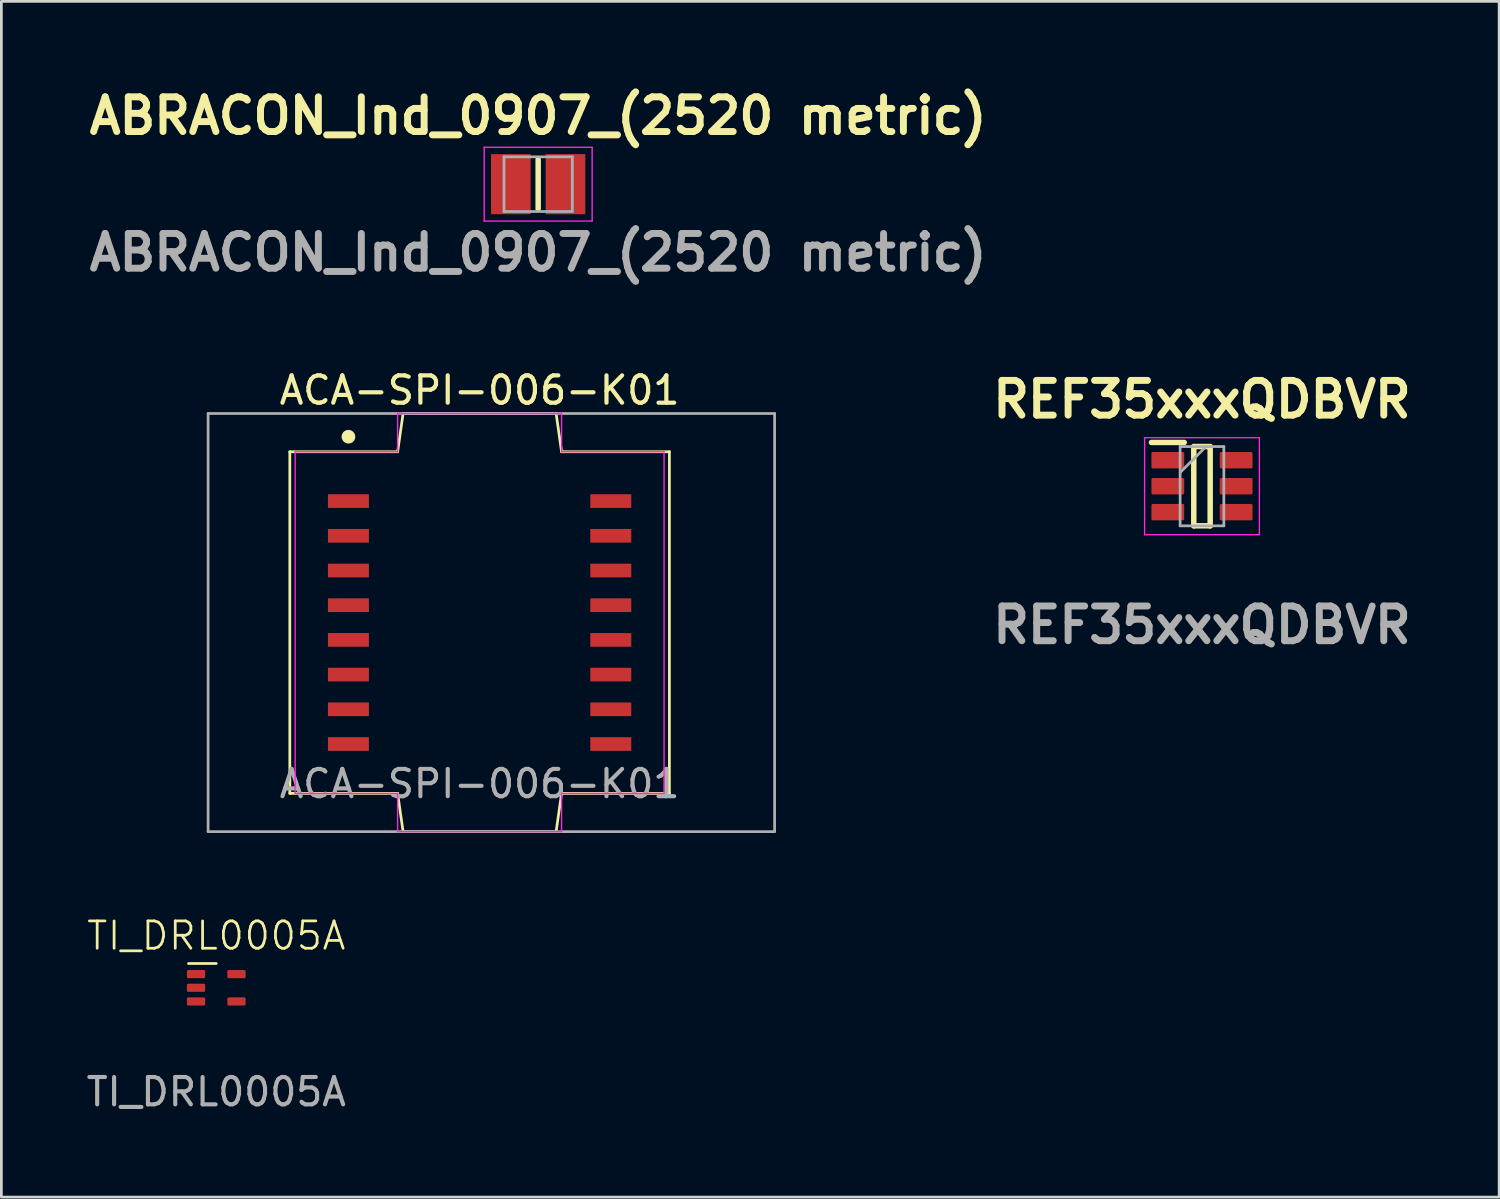
<source format=kicad_pcb>
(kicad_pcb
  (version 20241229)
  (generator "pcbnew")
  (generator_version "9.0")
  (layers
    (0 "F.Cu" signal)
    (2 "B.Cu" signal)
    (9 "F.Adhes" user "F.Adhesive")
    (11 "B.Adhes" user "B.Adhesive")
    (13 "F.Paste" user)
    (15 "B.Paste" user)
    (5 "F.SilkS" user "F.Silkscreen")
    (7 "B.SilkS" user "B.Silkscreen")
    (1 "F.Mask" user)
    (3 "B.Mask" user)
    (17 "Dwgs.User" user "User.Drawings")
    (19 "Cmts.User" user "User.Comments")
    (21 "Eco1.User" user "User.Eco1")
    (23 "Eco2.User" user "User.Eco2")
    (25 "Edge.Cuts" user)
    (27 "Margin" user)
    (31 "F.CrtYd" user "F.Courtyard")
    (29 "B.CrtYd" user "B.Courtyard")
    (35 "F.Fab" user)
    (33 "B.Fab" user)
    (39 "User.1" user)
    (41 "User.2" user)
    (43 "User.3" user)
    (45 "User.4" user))
  (footprint "ABRACON_Ind_0907_(2520 metric)"
    (layer "F.Cu")
    (at 16.643 3.689)
    (property "Reference" "ABRACON_Ind_0907_(2520 metric)" (at 0 -2.5 0) (layer "F.SilkS") (effects (font (size 1.27 1.27) (thickness 0.254))))
    (attr smd)
    (fp_line (start 0 -0.9) (end 0 0.9) (stroke (width 0.2) (type solid)) (layer "F.SilkS"))
    (fp_line (start -1.975 -1.35) (end 1.975 -1.35) (stroke (width 0.05) (type solid)) (layer "F.CrtYd"))
    (fp_line (start -1.975 1.35) (end -1.975 -1.35) (stroke (width 0.05) (type solid)) (layer "F.CrtYd"))
    (fp_line (start 1.975 -1.35) (end 1.975 1.35) (stroke (width 0.05) (type solid)) (layer "F.CrtYd"))
    (fp_line (start 1.975 1.35) (end -1.975 1.35) (stroke (width 0.05) (type solid)) (layer "F.CrtYd"))
    (fp_line (start -1.25 -1) (end 1.25 -1) (stroke (width 0.1) (type solid)) (layer "F.Fab"))
    (fp_line (start -1.25 1) (end -1.25 -1) (stroke (width 0.1) (type solid)) (layer "F.Fab"))
    (fp_line (start 1.25 -1) (end 1.25 1) (stroke (width 0.1) (type solid)) (layer "F.Fab"))
    (fp_line (start 1.25 1) (end -1.25 1) (stroke (width 0.1) (type solid)) (layer "F.Fab"))
    (fp_text user "${REFERENCE}" (at 0 2.5 0) (layer "F.Fab") (effects (font (size 1.27 1.27) (thickness 0.254))))
    (pad "1" smd rect (at -1 0) (size 1.45 2.2) (layers "F.Cu" "F.Mask" "F.Paste"))
    (pad "2" smd rect (at 1 0) (size 1.45 2.2) (layers "F.Cu" "F.Mask" "F.Paste")))
  (footprint "REF35xxxQDBVR"
    (layer "F.Cu")
    (at 40.934 14.741)
    (property "Reference" "REF35xxxQDBVR" (at 0 -3.175 0) (layer "F.SilkS") (effects (font (size 1.27 1.27) (thickness 0.254))))
    (attr smd)
    (fp_line (start -1.85 -1.6) (end -0.65 -1.6) (stroke (width 0.2) (type solid)) (layer "F.SilkS"))
    (fp_line (start -0.3 -1.45) (end 0.3 -1.45) (stroke (width 0.2) (type solid)) (layer "F.SilkS"))
    (fp_line (start -0.3 1.45) (end -0.3 -1.45) (stroke (width 0.2) (type solid)) (layer "F.SilkS"))
    (fp_line (start 0.3 -1.45) (end 0.3 1.45) (stroke (width 0.2) (type solid)) (layer "F.SilkS"))
    (fp_line (start 0.3 1.45) (end -0.3 1.45) (stroke (width 0.2) (type solid)) (layer "F.SilkS"))
    (fp_line (start -2.1 -1.775) (end 2.1 -1.775) (stroke (width 0.05) (type solid)) (layer "F.CrtYd"))
    (fp_line (start -2.1 1.775) (end -2.1 -1.775) (stroke (width 0.05) (type solid)) (layer "F.CrtYd"))
    (fp_line (start 2.1 -1.775) (end 2.1 1.775) (stroke (width 0.05) (type solid)) (layer "F.CrtYd"))
    (fp_line (start 2.1 1.775) (end -2.1 1.775) (stroke (width 0.05) (type solid)) (layer "F.CrtYd"))
    (fp_line (start -0.8 -1.45) (end 0.8 -1.45) (stroke (width 0.1) (type solid)) (layer "F.Fab"))
    (fp_line (start -0.8 -0.5) (end 0.15 -1.45) (stroke (width 0.1) (type solid)) (layer "F.Fab"))
    (fp_line (start -0.8 1.45) (end -0.8 -1.45) (stroke (width 0.1) (type solid)) (layer "F.Fab"))
    (fp_line (start 0.8 -1.45) (end 0.8 1.45) (stroke (width 0.1) (type solid)) (layer "F.Fab"))
    (fp_line (start 0.8 1.45) (end -0.8 1.45) (stroke (width 0.1) (type solid)) (layer "F.Fab"))
    (fp_text user "${REFERENCE}" (at 0 5.08 0) (layer "F.Fab") (effects (font (size 1.27 1.27) (thickness 0.254))))
    (pad "1" smd roundrect (at -1.25 -0.95 90) (size 0.6 1.2) (layers "F.Cu" "F.Mask" "F.Paste") (roundrect_rratio 0.083))
    (pad "2" smd roundrect (at -1.25 0 90) (size 0.6 1.2) (layers "F.Cu" "F.Mask" "F.Paste") (roundrect_rratio 0.083))
    (pad "3" smd roundrect (at -1.25 0.95 90) (size 0.6 1.2) (layers "F.Cu" "F.Mask" "F.Paste") (roundrect_rratio 0.083))
    (pad "4" smd roundrect (at 1.25 0.95 90) (size 0.6 1.2) (layers "F.Cu" "F.Mask" "F.Paste") (roundrect_rratio 0.083))
    (pad "5" smd roundrect (at 1.25 0 90) (size 0.6 1.2) (layers "F.Cu" "F.Mask" "F.Paste") (roundrect_rratio 0.083))
    (pad "6" smd roundrect (at 1.25 -0.95 90) (size 0.6 1.2) (layers "F.Cu" "F.Mask" "F.Paste") (roundrect_rratio 0.083)))
  (footprint "TI_DRL0005A"
    (layer "F.Cu")
    (at 4.863 33.096)
    (property "Reference" "TI_DRL0005A" (at 0 -1.905 0) (unlocked yes) (layer "F.SilkS") (effects (font (size 1 1) (thickness 0.1))))
    (attr smd)
    (fp_line (start -1.016 -0.889) (end 0 -0.889) (stroke (width 0.1) (type default)) (layer "F.SilkS"))
    (fp_text user "${REFERENCE}" (at 0 3.81 0) (unlocked yes) (layer "F.Fab") (effects (font (size 1 1) (thickness 0.15))))
    (pad "1" smd roundrect (at -0.74 -0.5) (size 0.67 0.3) (layers "F.Cu" "F.Mask" "F.Paste") (roundrect_rratio 0.167))
    (pad "2" smd roundrect (at -0.74 0) (size 0.67 0.3) (layers "F.Cu" "F.Mask" "F.Paste") (roundrect_rratio 0.167))
    (pad "3" smd roundrect (at -0.74 0.5) (size 0.67 0.3) (layers "F.Cu" "F.Mask" "F.Paste") (roundrect_rratio 0.167))
    (pad "4" smd roundrect (at 0.74 0.5) (size 0.67 0.3) (layers "F.Cu" "F.Mask" "F.Paste") (roundrect_rratio 0.167))
    (pad "5" smd roundrect (at 0.74 -0.5) (size 0.67 0.3) (layers "F.Cu" "F.Mask" "F.Paste") (roundrect_rratio 0.167)))
  (footprint "ACA-SPI-006-K01"
    (layer "F.Cu")
    (at 14.5 19.731)
    (property "Reference" "ACA-SPI-006-K01" (at 0 -8.5 0) (unlocked yes) (layer "F.SilkS") (effects (font (size 1 1) (thickness 0.153))))
    (attr smd)
    (fp_line (start -6.945 -6.25) (end -3 -6.25) (stroke (width 0.1) (type default)) (layer "F.SilkS"))
    (fp_line (start -6.945 6.25) (end -6.945 -6.25) (stroke (width 0.1) (type default)) (layer "F.SilkS"))
    (fp_line (start -6.945 6.25) (end -3 6.25) (stroke (width 0.1) (type default)) (layer "F.SilkS"))
    (fp_line (start -3 -6.25) (end -2.8 -7.65) (stroke (width 0.1) (type default)) (layer "F.SilkS"))
    (fp_line (start -3 6.25) (end -2.8 7.65) (stroke (width 0.1) (type default)) (layer "F.SilkS"))
    (fp_line (start -2.8 -7.65) (end 2.8 -7.65) (stroke (width 0.1) (type default)) (layer "F.SilkS"))
    (fp_line (start -2.8 7.65) (end 2.8 7.65) (stroke (width 0.1) (type default)) (layer "F.SilkS"))
    (fp_line (start 3 -6.25) (end 2.8 -7.65) (stroke (width 0.1) (type default)) (layer "F.SilkS"))
    (fp_line (start 3 6.25) (end 2.8 7.65) (stroke (width 0.1) (type default)) (layer "F.SilkS"))
    (fp_line (start 6.945 -6.25) (end 3 -6.25) (stroke (width 0.1) (type default)) (layer "F.SilkS"))
    (fp_line (start 6.945 -6.25) (end 6.945 6.25) (stroke (width 0.1) (type default)) (layer "F.SilkS"))
    (fp_line (start 6.945 6.25) (end 3 6.25) (stroke (width 0.1) (type default)) (layer "F.SilkS"))
    (fp_circle (center -4.8 -6.8) (end -4.6 -6.8) (stroke (width 0.1) (type solid)) (fill yes) (layer "F.SilkS"))
    (fp_line (start -6.75 -6.25) (end -6.75 6.25) (stroke (width 0.05) (type default)) (layer "F.CrtYd"))
    (fp_line (start -6.75 -6.25) (end -3 -6.25) (stroke (width 0.05) (type default)) (layer "F.CrtYd"))
    (fp_line (start -6.75 6.25) (end -3 6.25) (stroke (width 0.05) (type default)) (layer "F.CrtYd"))
    (fp_line (start -3 -7.65) (end 3 -7.65) (stroke (width 0.05) (type default)) (layer "F.CrtYd"))
    (fp_line (start -3 -6.25) (end -3 -7.65) (stroke (width 0.05) (type default)) (layer "F.CrtYd"))
    (fp_line (start -3 7.65) (end -3 6.25) (stroke (width 0.05) (type default)) (layer "F.CrtYd"))
    (fp_line (start -3 7.65) (end 3 7.65) (stroke (width 0.05) (type default)) (layer "F.CrtYd"))
    (fp_line (start 3 -6.25) (end 3 -7.65) (stroke (width 0.05) (type default)) (layer "F.CrtYd"))
    (fp_line (start 3 7.65) (end 3 6.25) (stroke (width 0.05) (type default)) (layer "F.CrtYd"))
    (fp_line (start 6.75 -6.25) (end 3 -6.25) (stroke (width 0.05) (type default)) (layer "F.CrtYd"))
    (fp_line (start 6.75 -6.25) (end 6.75 6.25) (stroke (width 0.05) (type default)) (layer "F.CrtYd"))
    (fp_line (start 6.75 6.25) (end 3 6.25) (stroke (width 0.05) (type default)) (layer "F.CrtYd"))
    (fp_line (start -9.935 -7.65) (end -9.935 7.65) (stroke (width 0.1) (type default)) (layer "F.Fab"))
    (fp_line (start 10.795 -7.65) (end -9.935 -7.65) (stroke (width 0.1) (type default)) (layer "F.Fab"))
    (fp_line (start 10.795 -7.65) (end 10.795 7.65) (stroke (width 0.1) (type default)) (layer "F.Fab"))
    (fp_line (start 10.795 7.65) (end -9.935 7.65) (stroke (width 0.1) (type default)) (layer "F.Fab"))
    (fp_text user "Observe opened size in F.Fab" (at -11 -1 0) (unlocked yes) (layer "Eco1.User") (effects (font (size 1 1) (thickness 0.15)) (justify left bottom)))
    (fp_text user "Minimum clearance in zone is 1.89mm" (at -14.5 2 0) (unlocked yes) (layer "Eco1.User") (effects (font (size 1 1) (thickness 0.15)) (justify left bottom)))
    (fp_text user "${REFERENCE}" (at 0 5.9 0) (unlocked yes) (layer "F.Fab") (effects (font (size 1 1) (thickness 0.15))))
    (pad "1" smd rect (at -4.8 -4.445) (size 1.5 0.5) (layers "F.Cu" "F.Mask" "F.Paste"))
    (pad "2" smd rect (at -4.8 -3.175) (size 1.5 0.5) (layers "F.Cu" "F.Mask" "F.Paste"))
    (pad "3" smd rect (at -4.8 -1.905) (size 1.5 0.5) (layers "F.Cu" "F.Mask" "F.Paste"))
    (pad "4" smd rect (at -4.8 -0.635) (size 1.5 0.5) (layers "F.Cu" "F.Mask" "F.Paste"))
    (pad "5" smd rect (at -4.8 0.635) (size 1.5 0.5) (layers "F.Cu" "F.Mask" "F.Paste"))
    (pad "6" smd rect (at -4.8 1.905) (size 1.5 0.5) (layers "F.Cu" "F.Mask" "F.Paste"))
    (pad "7" smd rect (at -4.8 3.175) (size 1.5 0.5) (layers "F.Cu" "F.Mask" "F.Paste"))
    (pad "8" smd rect (at -4.8 4.445) (size 1.5 0.5) (layers "F.Cu" "F.Mask" "F.Paste"))
    (pad "9" smd rect (at 4.8 4.445) (size 1.5 0.5) (layers "F.Cu" "F.Mask" "F.Paste"))
    (pad "10" smd rect (at 4.8 3.175) (size 1.5 0.5) (layers "F.Cu" "F.Mask" "F.Paste"))
    (pad "11" smd rect (at 4.8 1.905) (size 1.5 0.5) (layers "F.Cu" "F.Mask" "F.Paste"))
    (pad "12" smd rect (at 4.8 0.635) (size 1.5 0.5) (layers "F.Cu" "F.Mask" "F.Paste"))
    (pad "13" smd rect (at 4.8 -0.635) (size 1.5 0.5) (layers "F.Cu" "F.Mask" "F.Paste"))
    (pad "14" smd rect (at 4.8 -1.905) (size 1.5 0.5) (layers "F.Cu" "F.Mask" "F.Paste"))
    (pad "15" smd rect (at 4.8 -3.175) (size 1.5 0.5) (layers "F.Cu" "F.Mask" "F.Paste"))
    (pad "16" smd rect (at 4.8 -4.445) (size 1.5 0.5) (layers "F.Cu" "F.Mask" "F.Paste")))
  (gr_rect
    (start -3 -3)
    (end 51.808 40.755)
    (stroke (width 0.1) (type default))
    (fill no)
    (layer "Edge.Cuts")))
</source>
